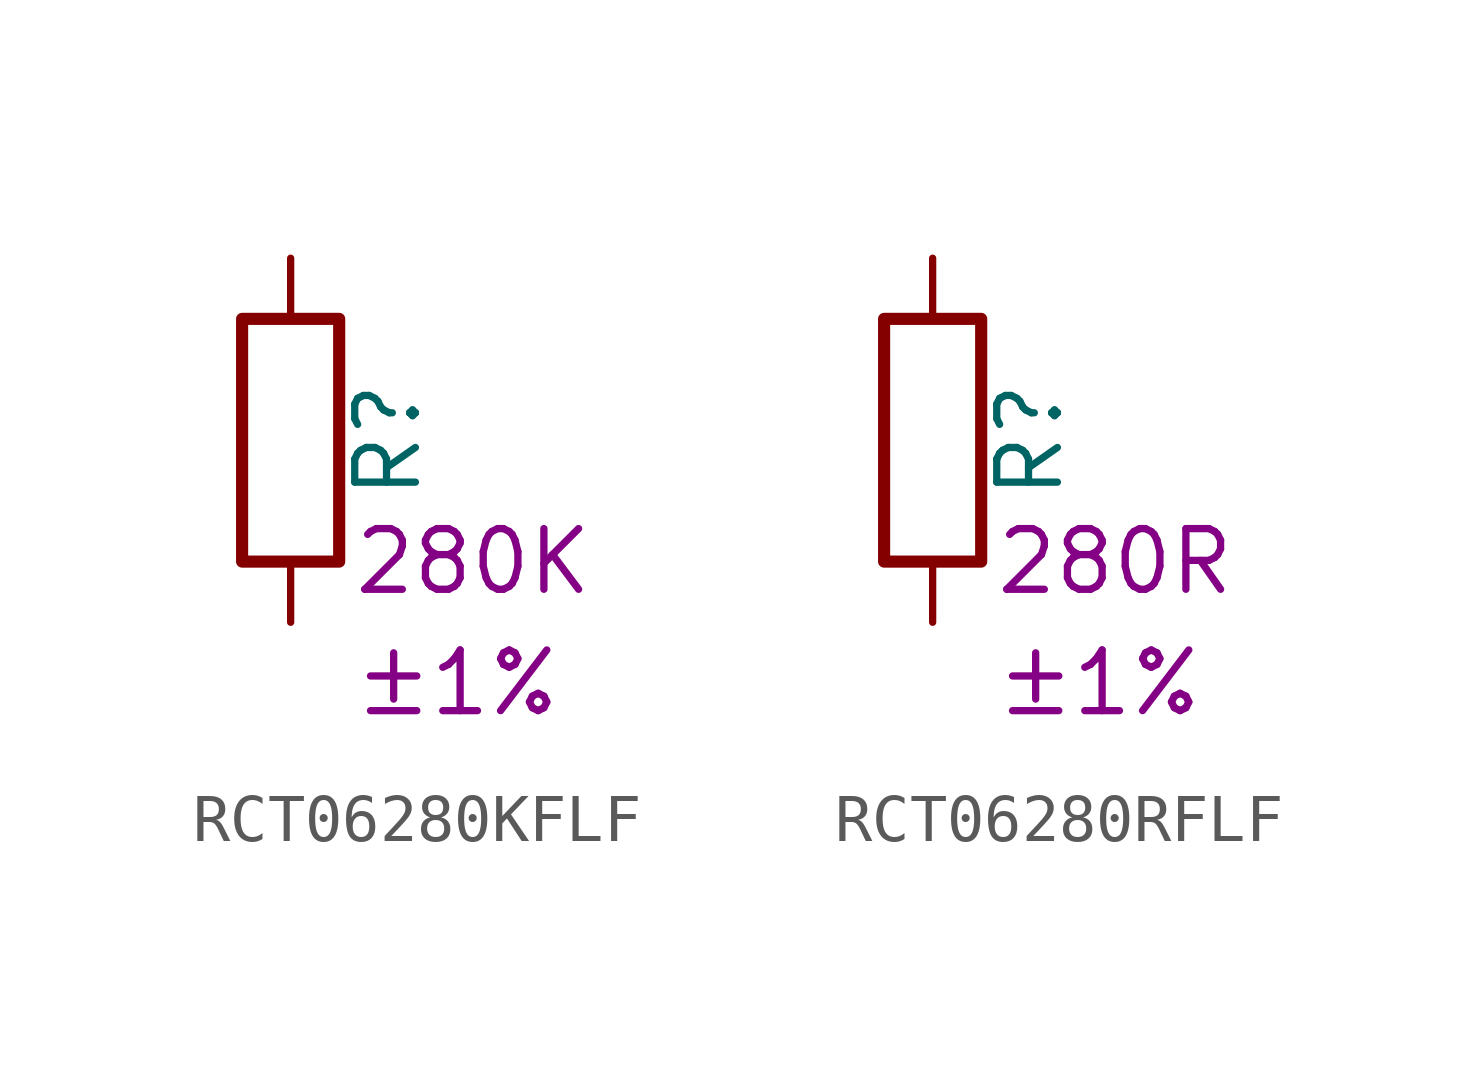
<source format=kicad_sym>
(kicad_symbol_lib
  (version 20220914)
  (generator kicad_symbol_editor)
  (symbol "RCT06280KFLF"
    (pin_numbers hide)
    (pin_names
      (offset 0))
    (property "Reference" "R"
      (at 2.032 0 90)
      (effects (font (size 1.27 1.27))))
    (property "Resistance" "280K"
      (at 1.27 -2.54 0)
      (effects (font (size 1.27 1.27)) (justify left)))
    (property "Tolerance" "±1%"
      (at 1.27 -5.08 0)
      (effects (font (size 1.27 1.27)) (justify left)))
    (symbol "RCT06280KFLF_0_1"
      (rectangle (start -1.016 -2.54) (end 1.016 2.54) (stroke (width 0.254) (type default)) (fill (type none))))
    (symbol "RCT06280KFLF_1_1"
      (pin passive line (at 0 3.81 270) (length 1.27) (name "~" (effects (font (size 1.27 1.27)))) (number "1" (effects (font (size 1.27 1.27)))))
      (pin passive line (at 0 -3.81 90) (length 1.27) (name "~" (effects (font (size 1.27 1.27)))) (number "2" (effects (font (size 1.27 1.27)))))))
  (symbol "RCT06280RFLF"
    (pin_numbers hide)
    (pin_names
      (offset 0))
    (property "Reference" "R"
      (at 2.032 0 90)
      (effects (font (size 1.27 1.27))))
    (property "Resistance" "280R"
      (at 1.27 -2.54 0)
      (effects (font (size 1.27 1.27)) (justify left)))
    (property "Tolerance" "±1%"
      (at 1.27 -5.08 0)
      (effects (font (size 1.27 1.27)) (justify left)))
    (symbol "RCT06280RFLF_0_1"
      (rectangle (start -1.016 -2.54) (end 1.016 2.54) (stroke (width 0.254) (type default)) (fill (type none))))
    (symbol "RCT06280RFLF_1_1"
      (pin passive line (at 0 3.81 270) (length 1.27) (name "~" (effects (font (size 1.27 1.27)))) (number "1" (effects (font (size 1.27 1.27)))))
      (pin passive line (at 0 -3.81 90) (length 1.27) (name "~" (effects (font (size 1.27 1.27)))) (number "2" (effects (font (size 1.27 1.27))))))))
</source>
